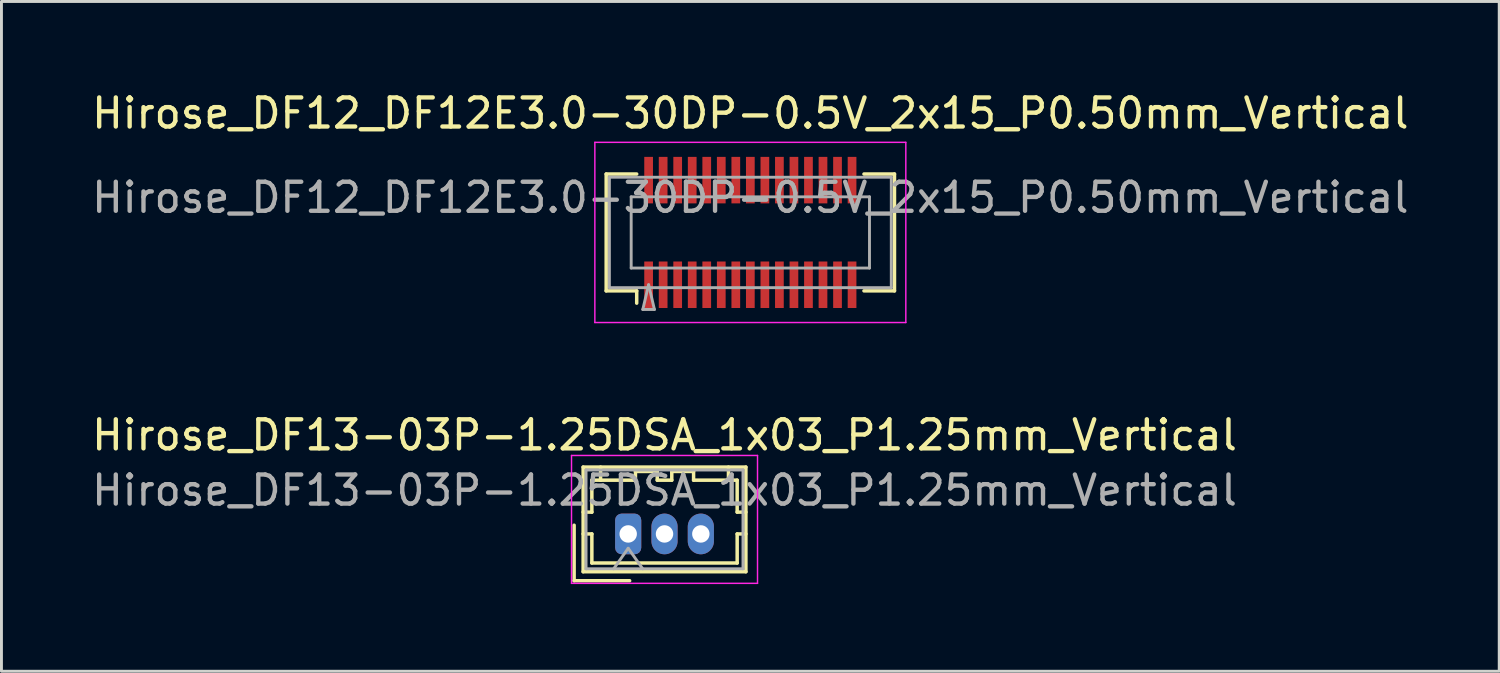
<source format=kicad_pcb>
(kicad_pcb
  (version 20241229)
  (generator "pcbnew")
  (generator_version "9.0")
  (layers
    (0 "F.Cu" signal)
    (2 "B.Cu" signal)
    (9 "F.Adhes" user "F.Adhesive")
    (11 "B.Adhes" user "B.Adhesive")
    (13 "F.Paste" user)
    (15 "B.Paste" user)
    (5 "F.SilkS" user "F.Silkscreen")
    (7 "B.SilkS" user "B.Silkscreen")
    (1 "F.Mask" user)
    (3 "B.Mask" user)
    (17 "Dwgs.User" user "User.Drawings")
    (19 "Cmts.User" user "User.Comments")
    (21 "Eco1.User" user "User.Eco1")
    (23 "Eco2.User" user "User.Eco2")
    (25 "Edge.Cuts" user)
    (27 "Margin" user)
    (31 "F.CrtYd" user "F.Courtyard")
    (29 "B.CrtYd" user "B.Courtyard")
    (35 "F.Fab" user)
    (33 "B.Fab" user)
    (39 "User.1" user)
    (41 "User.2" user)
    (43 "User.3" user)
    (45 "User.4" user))
  (footprint "Hirose_DF12_DF12E3.0-30DP-0.5V_2x15_P0.50mm_Vertical"
    (layer "F.Cu")
    (at 22.768 4.948)
    (property "Reference" "Hirose_DF12_DF12E3.0-30DP-0.5V_2x15_P0.50mm_Vertical" (at 0 -4.1 0) (layer "F.SilkS") (effects (font (size 1 1) (thickness 0.15))))
    (attr smd)
    (fp_line (start -4.96 -2.01) (end -3.91 -2.01) (stroke (width 0.12) (type solid)) (layer "F.SilkS"))
    (fp_line (start -4.96 2.01) (end -4.96 -2.01) (stroke (width 0.12) (type solid)) (layer "F.SilkS"))
    (fp_line (start -3.91 2.01) (end -4.96 2.01) (stroke (width 0.12) (type solid)) (layer "F.SilkS"))
    (fp_line (start -3.91 2.433) (end -3.91 2.01) (stroke (width 0.12) (type solid)) (layer "F.SilkS"))
    (fp_line (start 3.91 2.01) (end 4.96 2.01) (stroke (width 0.12) (type solid)) (layer "F.SilkS"))
    (fp_line (start 4.96 -2.01) (end 3.91 -2.01) (stroke (width 0.12) (type solid)) (layer "F.SilkS"))
    (fp_line (start 4.96 2.01) (end 4.96 -2.01) (stroke (width 0.12) (type solid)) (layer "F.SilkS"))
    (fp_line (start -5.35 -3.1) (end -5.35 3.1) (stroke (width 0.05) (type solid)) (layer "F.CrtYd"))
    (fp_line (start -5.35 3.1) (end 5.35 3.1) (stroke (width 0.05) (type solid)) (layer "F.CrtYd"))
    (fp_line (start 5.35 -3.1) (end -5.35 -3.1) (stroke (width 0.05) (type solid)) (layer "F.CrtYd"))
    (fp_line (start 5.35 3.1) (end 5.35 -3.1) (stroke (width 0.05) (type solid)) (layer "F.CrtYd"))
    (fp_line (start -4.85 -1.9) (end 4.85 -1.9) (stroke (width 0.1) (type solid)) (layer "F.Fab"))
    (fp_line (start -4.85 1.9) (end -4.85 -1.9) (stroke (width 0.1) (type solid)) (layer "F.Fab"))
    (fp_line (start -4.1 -1.225) (end 4.1 -1.225) (stroke (width 0.1) (type solid)) (layer "F.Fab"))
    (fp_line (start -4.1 1.225) (end -4.1 -1.225) (stroke (width 0.1) (type solid)) (layer "F.Fab"))
    (fp_line (start -3.7 2.65) (end -3.5 1.8) (stroke (width 0.1) (type solid)) (layer "F.Fab"))
    (fp_line (start -3.5 1.8) (end -3.3 2.65) (stroke (width 0.1) (type solid)) (layer "F.Fab"))
    (fp_line (start -3.3 2.65) (end -3.7 2.65) (stroke (width 0.1) (type solid)) (layer "F.Fab"))
    (fp_line (start 4.1 -1.225) (end 4.1 1.225) (stroke (width 0.1) (type solid)) (layer "F.Fab"))
    (fp_line (start 4.1 1.225) (end -4.1 1.225) (stroke (width 0.1) (type solid)) (layer "F.Fab"))
    (fp_line (start 4.85 -1.9) (end 4.85 1.9) (stroke (width 0.1) (type solid)) (layer "F.Fab"))
    (fp_line (start 4.85 1.9) (end -4.85 1.9) (stroke (width 0.1) (type solid)) (layer "F.Fab"))
    (fp_text user "${REFERENCE}" (at 0 -1.2 0) (layer "F.Fab") (effects (font (size 1 1) (thickness 0.15))))
    (pad "" smd rect (at -3.5 -2) (size 0.28 1.2) (layers "F.Paste"))
    (pad "" smd rect (at -3.5 2) (size 0.28 1.2) (layers "F.Paste"))
    (pad "" smd rect (at -3 -2) (size 0.28 1.2) (layers "F.Paste"))
    (pad "" smd rect (at -3 2) (size 0.28 1.2) (layers "F.Paste"))
    (pad "" smd rect (at -2.5 -2) (size 0.28 1.2) (layers "F.Paste"))
    (pad "" smd rect (at -2.5 2) (size 0.28 1.2) (layers "F.Paste"))
    (pad "" smd rect (at -2 -2) (size 0.28 1.2) (layers "F.Paste"))
    (pad "" smd rect (at -2 2) (size 0.28 1.2) (layers "F.Paste"))
    (pad "" smd rect (at -1.5 -2) (size 0.28 1.2) (layers "F.Paste"))
    (pad "" smd rect (at -1.5 2) (size 0.28 1.2) (layers "F.Paste"))
    (pad "" smd rect (at -1 -2) (size 0.28 1.2) (layers "F.Paste"))
    (pad "" smd rect (at -1 2) (size 0.28 1.2) (layers "F.Paste"))
    (pad "" smd rect (at -0.5 -2) (size 0.28 1.2) (layers "F.Paste"))
    (pad "" smd rect (at -0.5 2) (size 0.28 1.2) (layers "F.Paste"))
    (pad "" smd rect (at 0 -2) (size 0.28 1.2) (layers "F.Paste"))
    (pad "" smd rect (at 0 2) (size 0.28 1.2) (layers "F.Paste"))
    (pad "" smd rect (at 0.5 -2) (size 0.28 1.2) (layers "F.Paste"))
    (pad "" smd rect (at 0.5 2) (size 0.28 1.2) (layers "F.Paste"))
    (pad "" smd rect (at 1 -2) (size 0.28 1.2) (layers "F.Paste"))
    (pad "" smd rect (at 1 2) (size 0.28 1.2) (layers "F.Paste"))
    (pad "" smd rect (at 1.5 -2) (size 0.28 1.2) (layers "F.Paste"))
    (pad "" smd rect (at 1.5 2) (size 0.28 1.2) (layers "F.Paste"))
    (pad "" smd rect (at 2 -2) (size 0.28 1.2) (layers "F.Paste"))
    (pad "" smd rect (at 2 2) (size 0.28 1.2) (layers "F.Paste"))
    (pad "" smd rect (at 2.5 -2) (size 0.28 1.2) (layers "F.Paste"))
    (pad "" smd rect (at 2.5 2) (size 0.28 1.2) (layers "F.Paste"))
    (pad "" smd rect (at 3 -2) (size 0.28 1.2) (layers "F.Paste"))
    (pad "" smd rect (at 3 2) (size 0.28 1.2) (layers "F.Paste"))
    (pad "" smd rect (at 3.5 -2) (size 0.28 1.2) (layers "F.Paste"))
    (pad "" smd rect (at 3.5 2) (size 0.28 1.2) (layers "F.Paste"))
    (pad "1" smd rect (at -3.5 1.8) (size 0.3 1.6) (layers "F.Cu" "F.Mask"))
    (pad "2" smd rect (at -3 1.8) (size 0.3 1.6) (layers "F.Cu" "F.Mask"))
    (pad "3" smd rect (at -2.5 1.8) (size 0.3 1.6) (layers "F.Cu" "F.Mask"))
    (pad "4" smd rect (at -2 1.8) (size 0.3 1.6) (layers "F.Cu" "F.Mask"))
    (pad "5" smd rect (at -1.5 1.8) (size 0.3 1.6) (layers "F.Cu" "F.Mask"))
    (pad "6" smd rect (at -1 1.8) (size 0.3 1.6) (layers "F.Cu" "F.Mask"))
    (pad "7" smd rect (at -0.5 1.8) (size 0.3 1.6) (layers "F.Cu" "F.Mask"))
    (pad "8" smd rect (at 0 1.8) (size 0.3 1.6) (layers "F.Cu" "F.Mask"))
    (pad "9" smd rect (at 0.5 1.8) (size 0.3 1.6) (layers "F.Cu" "F.Mask"))
    (pad "10" smd rect (at 1 1.8) (size 0.3 1.6) (layers "F.Cu" "F.Mask"))
    (pad "11" smd rect (at 1.5 1.8) (size 0.3 1.6) (layers "F.Cu" "F.Mask"))
    (pad "12" smd rect (at 2 1.8) (size 0.3 1.6) (layers "F.Cu" "F.Mask"))
    (pad "13" smd rect (at 2.5 1.8) (size 0.3 1.6) (layers "F.Cu" "F.Mask"))
    (pad "14" smd rect (at 3 1.8) (size 0.3 1.6) (layers "F.Cu" "F.Mask"))
    (pad "15" smd rect (at 3.5 1.8) (size 0.3 1.6) (layers "F.Cu" "F.Mask"))
    (pad "16" smd rect (at -3.5 -1.8) (size 0.3 1.6) (layers "F.Cu" "F.Mask"))
    (pad "17" smd rect (at -3 -1.8) (size 0.3 1.6) (layers "F.Cu" "F.Mask"))
    (pad "18" smd rect (at -2.5 -1.8) (size 0.3 1.6) (layers "F.Cu" "F.Mask"))
    (pad "19" smd rect (at -2 -1.8) (size 0.3 1.6) (layers "F.Cu" "F.Mask"))
    (pad "20" smd rect (at -1.5 -1.8) (size 0.3 1.6) (layers "F.Cu" "F.Mask"))
    (pad "21" smd rect (at -1 -1.8) (size 0.3 1.6) (layers "F.Cu" "F.Mask"))
    (pad "22" smd rect (at -0.5 -1.8) (size 0.3 1.6) (layers "F.Cu" "F.Mask"))
    (pad "23" smd rect (at 0 -1.8) (size 0.3 1.6) (layers "F.Cu" "F.Mask"))
    (pad "24" smd rect (at 0.5 -1.8) (size 0.3 1.6) (layers "F.Cu" "F.Mask"))
    (pad "25" smd rect (at 1 -1.8) (size 0.3 1.6) (layers "F.Cu" "F.Mask"))
    (pad "26" smd rect (at 1.5 -1.8) (size 0.3 1.6) (layers "F.Cu" "F.Mask"))
    (pad "27" smd rect (at 2 -1.8) (size 0.3 1.6) (layers "F.Cu" "F.Mask"))
    (pad "28" smd rect (at 2.5 -1.8) (size 0.3 1.6) (layers "F.Cu" "F.Mask"))
    (pad "29" smd rect (at 3 -1.8) (size 0.3 1.6) (layers "F.Cu" "F.Mask"))
    (pad "30" smd rect (at 3.5 -1.8) (size 0.3 1.6) (layers "F.Cu" "F.Mask")))
  (footprint "Hirose_DF13-03P-1.25DSA_1x03_P1.25mm_Vertical"
    (layer "F.Cu")
    (at 18.565 15.322)
    (property "Reference" "Hirose_DF13-03P-1.25DSA_1x03_P1.25mm_Vertical" (at 1.25 -3.4 0) (layer "F.SilkS") (effects (font (size 1 1) (thickness 0.15))))
    (attr through_hole)
    (fp_line (start -1.86 -0.3) (end -1.86 1.61) (stroke (width 0.12) (type solid)) (layer "F.SilkS"))
    (fp_line (start -1.86 1.61) (end 0.05 1.61) (stroke (width 0.12) (type solid)) (layer "F.SilkS"))
    (fp_line (start -1.55 -2.3) (end -1.55 1.3) (stroke (width 0.12) (type solid)) (layer "F.SilkS"))
    (fp_line (start -1.55 -0.75) (end -1.25 -0.75) (stroke (width 0.12) (type solid)) (layer "F.SilkS"))
    (fp_line (start -1.55 0) (end -1.25 0) (stroke (width 0.12) (type solid)) (layer "F.SilkS"))
    (fp_line (start -1.55 1.3) (end 4.05 1.3) (stroke (width 0.12) (type solid)) (layer "F.SilkS"))
    (fp_line (start -1.25 -1.85) (end -0.95 -1.85) (stroke (width 0.12) (type solid)) (layer "F.SilkS"))
    (fp_line (start -1.25 -0.75) (end -1.25 -1.85) (stroke (width 0.12) (type solid)) (layer "F.SilkS"))
    (fp_line (start -1.25 0) (end -1.25 1) (stroke (width 0.12) (type solid)) (layer "F.SilkS"))
    (fp_line (start -1.25 1) (end 3.75 1) (stroke (width 0.12) (type solid)) (layer "F.SilkS"))
    (fp_line (start -0.95 -1.85) (end -0.95 -2.3) (stroke (width 0.12) (type solid)) (layer "F.SilkS"))
    (fp_line (start -0.95 -1.85) (end 0.25 -1.85) (stroke (width 0.12) (type solid)) (layer "F.SilkS"))
    (fp_line (start 0.25 -2.15) (end 1 -2.15) (stroke (width 0.12) (type solid)) (layer "F.SilkS"))
    (fp_line (start 0.25 -1.85) (end 0.25 -2.15) (stroke (width 0.12) (type solid)) (layer "F.SilkS"))
    (fp_line (start 1 -2.15) (end 1 -1.85) (stroke (width 0.12) (type solid)) (layer "F.SilkS"))
    (fp_line (start 1 -1.85) (end 1.5 -1.85) (stroke (width 0.12) (type solid)) (layer "F.SilkS"))
    (fp_line (start 1.5 -2.15) (end 2.25 -2.15) (stroke (width 0.12) (type solid)) (layer "F.SilkS"))
    (fp_line (start 1.5 -1.85) (end 1.5 -2.15) (stroke (width 0.12) (type solid)) (layer "F.SilkS"))
    (fp_line (start 2.25 -2.15) (end 2.25 -1.85) (stroke (width 0.12) (type solid)) (layer "F.SilkS"))
    (fp_line (start 2.25 -1.85) (end 3.45 -1.85) (stroke (width 0.12) (type solid)) (layer "F.SilkS"))
    (fp_line (start 3.45 -1.85) (end 3.45 -2.3) (stroke (width 0.12) (type solid)) (layer "F.SilkS"))
    (fp_line (start 3.75 -1.85) (end 3.45 -1.85) (stroke (width 0.12) (type solid)) (layer "F.SilkS"))
    (fp_line (start 3.75 -0.75) (end 3.75 -1.85) (stroke (width 0.12) (type solid)) (layer "F.SilkS"))
    (fp_line (start 3.75 0) (end 4.05 0) (stroke (width 0.12) (type solid)) (layer "F.SilkS"))
    (fp_line (start 3.75 1) (end 3.75 0) (stroke (width 0.12) (type solid)) (layer "F.SilkS"))
    (fp_line (start 4.05 -2.3) (end -1.55 -2.3) (stroke (width 0.12) (type solid)) (layer "F.SilkS"))
    (fp_line (start 4.05 -0.75) (end 3.75 -0.75) (stroke (width 0.12) (type solid)) (layer "F.SilkS"))
    (fp_line (start 4.05 1.3) (end 4.05 -2.3) (stroke (width 0.12) (type solid)) (layer "F.SilkS"))
    (fp_line (start -1.95 -2.7) (end -1.95 1.7) (stroke (width 0.05) (type solid)) (layer "F.CrtYd"))
    (fp_line (start -1.95 1.7) (end 4.45 1.7) (stroke (width 0.05) (type solid)) (layer "F.CrtYd"))
    (fp_line (start 4.45 -2.7) (end -1.95 -2.7) (stroke (width 0.05) (type solid)) (layer "F.CrtYd"))
    (fp_line (start 4.45 1.7) (end 4.45 -2.7) (stroke (width 0.05) (type solid)) (layer "F.CrtYd"))
    (fp_line (start -1.45 -2.2) (end -1.45 1.2) (stroke (width 0.1) (type solid)) (layer "F.Fab"))
    (fp_line (start -1.45 1.2) (end 3.95 1.2) (stroke (width 0.1) (type solid)) (layer "F.Fab"))
    (fp_line (start -0.5 1.2) (end 0 0.493) (stroke (width 0.1) (type solid)) (layer "F.Fab"))
    (fp_line (start 0 0.493) (end 0.5 1.2) (stroke (width 0.1) (type solid)) (layer "F.Fab"))
    (fp_line (start 3.95 -2.2) (end -1.45 -2.2) (stroke (width 0.1) (type solid)) (layer "F.Fab"))
    (fp_line (start 3.95 1.2) (end 3.95 -2.2) (stroke (width 0.1) (type solid)) (layer "F.Fab"))
    (fp_text user "${REFERENCE}" (at 1.25 -1.5 0) (layer "F.Fab") (effects (font (size 1 1) (thickness 0.15))))
    (pad "1" thru_hole roundrect (at 0 0) (size 0.9 1.4) (drill 0.6) (layers "*.Cu" "*.Mask") (roundrect_rratio 0.25))
    (pad "2" thru_hole oval (at 1.25 0) (size 0.9 1.4) (drill 0.6) (layers "*.Cu" "*.Mask"))
    (pad "3" thru_hole oval (at 2.5 0) (size 0.9 1.4) (drill 0.6) (layers "*.Cu" "*.Mask")))
  (gr_rect
    (start -3 -3)
    (end 48.536 20.047)
    (stroke (width 0.1) (type default))
    (fill no)
    (layer "Edge.Cuts")))
</source>
